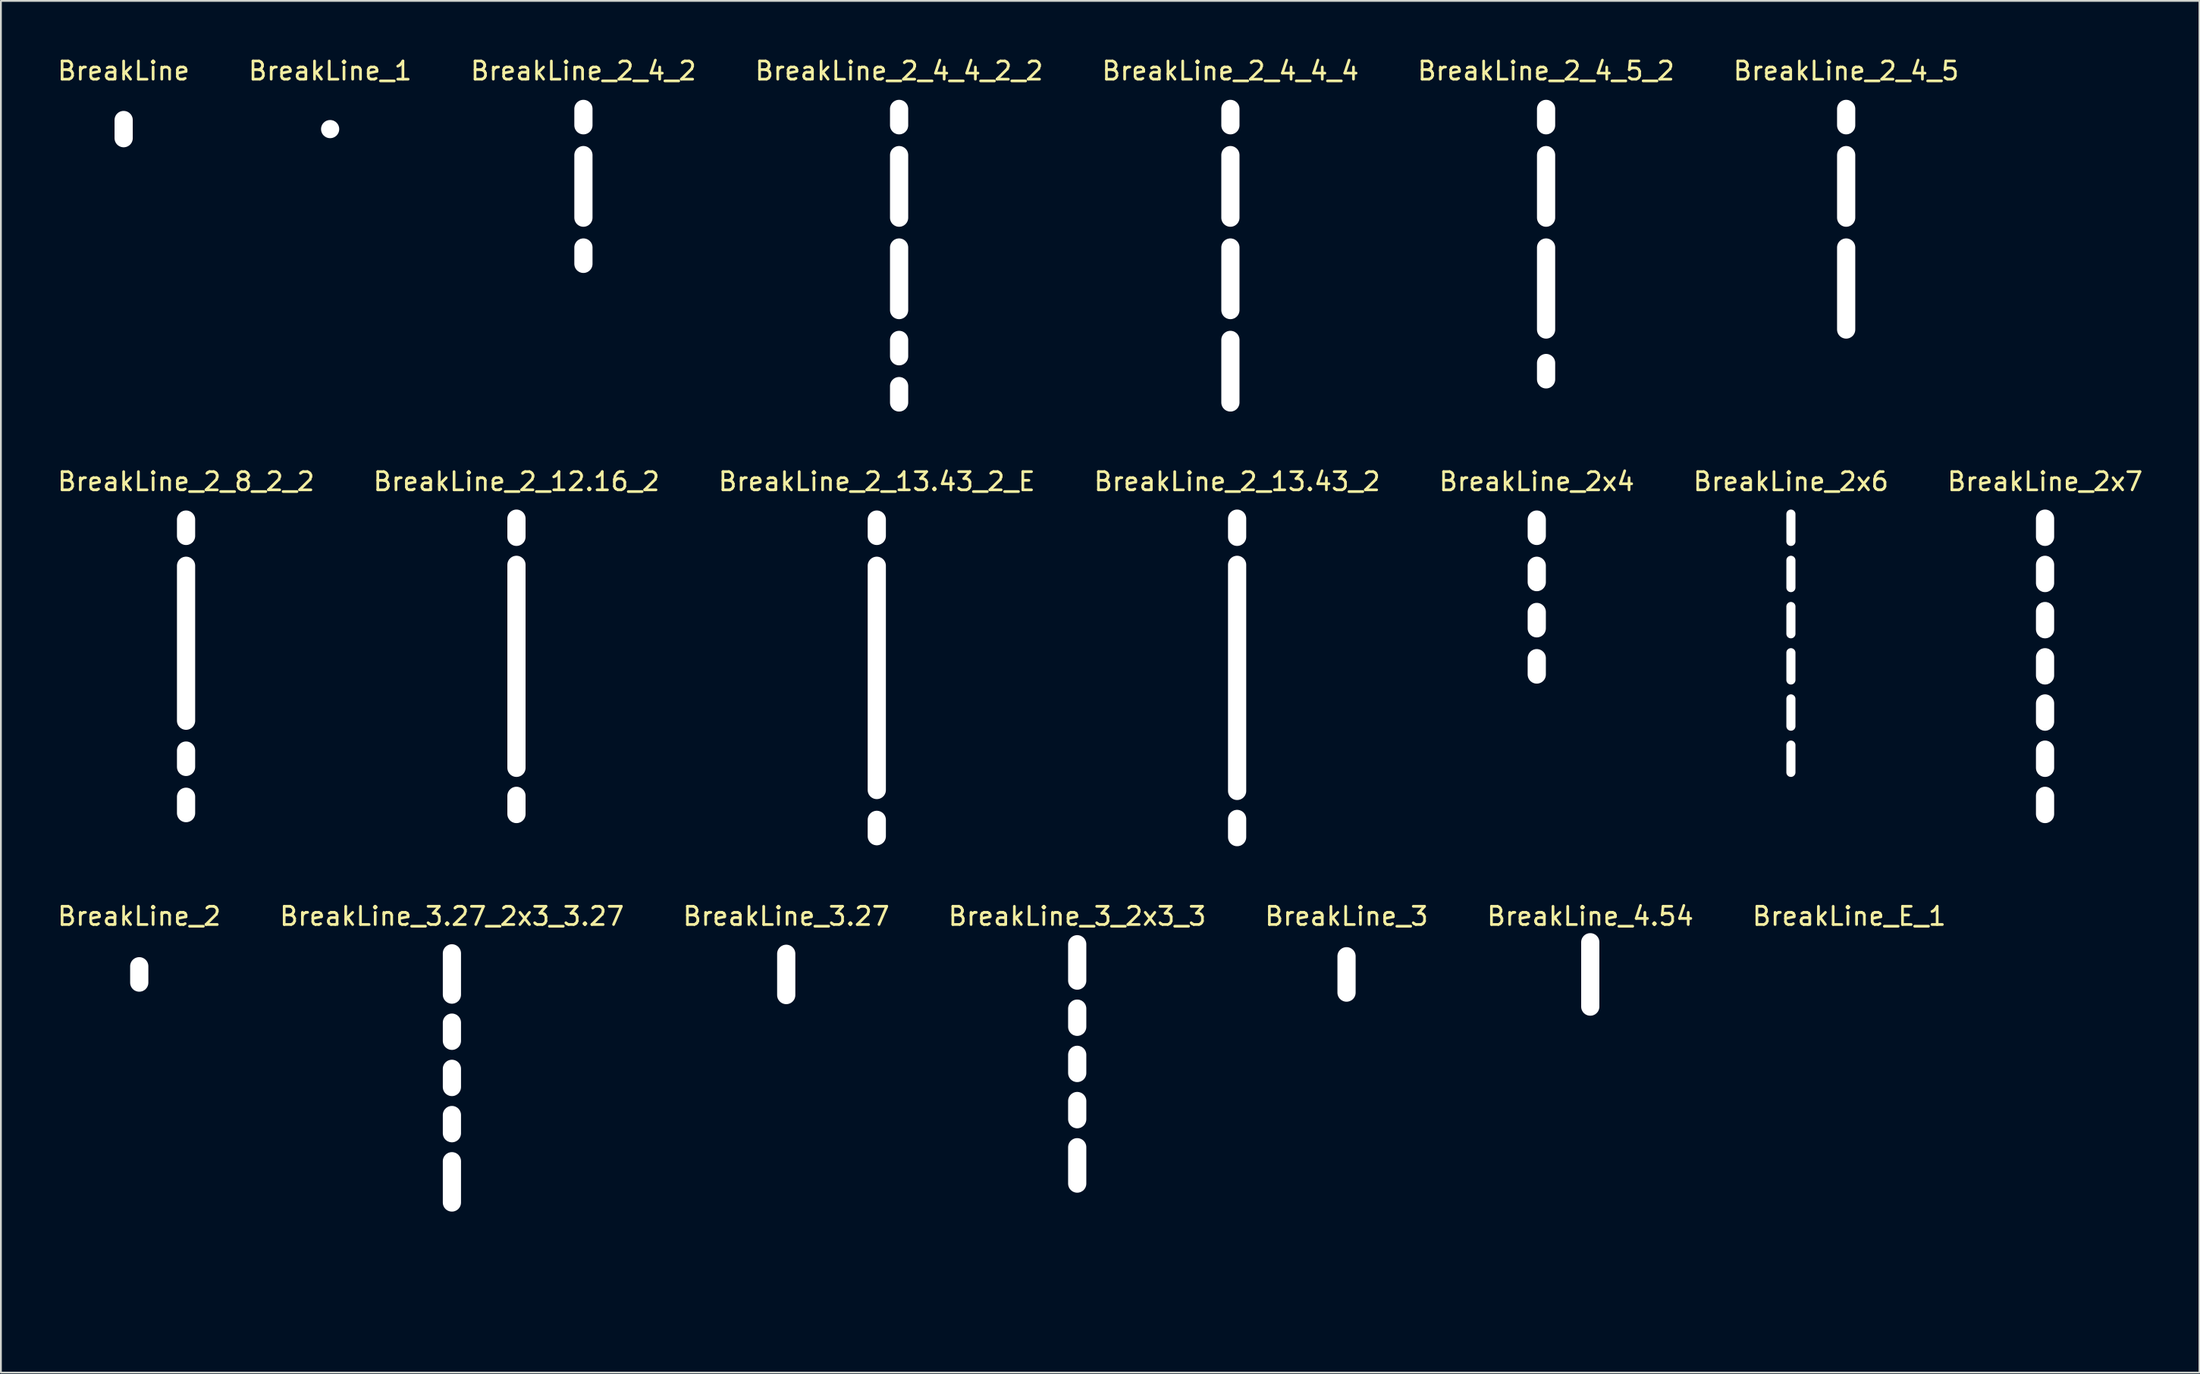
<source format=kicad_pcb>
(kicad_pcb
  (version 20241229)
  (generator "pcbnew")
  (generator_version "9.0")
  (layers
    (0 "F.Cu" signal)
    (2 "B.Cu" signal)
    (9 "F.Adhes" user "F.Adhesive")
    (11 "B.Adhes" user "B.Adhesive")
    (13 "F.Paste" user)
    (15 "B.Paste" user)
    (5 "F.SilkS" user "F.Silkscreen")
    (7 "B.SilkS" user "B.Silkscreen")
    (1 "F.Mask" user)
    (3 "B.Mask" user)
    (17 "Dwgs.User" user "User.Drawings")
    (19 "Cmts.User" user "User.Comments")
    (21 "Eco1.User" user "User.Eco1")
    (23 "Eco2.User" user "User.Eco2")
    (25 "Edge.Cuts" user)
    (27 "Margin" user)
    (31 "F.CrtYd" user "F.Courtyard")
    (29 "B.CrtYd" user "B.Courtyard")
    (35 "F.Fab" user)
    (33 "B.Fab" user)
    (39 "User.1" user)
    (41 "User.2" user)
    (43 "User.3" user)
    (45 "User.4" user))
  (footprint "BreakLine_2"
    (layer "F.Cu")
    (at 4.601 50.525)
    (property "Reference" "BreakLine_2" (at 0 -3.2 0) (layer "F.SilkS") (effects (font (size 1 1) (thickness 0.15))))
    (attr exclude_from_pos_files exclude_from_bom)
    (pad "" np_thru_hole oval (at 0 0) (size 1 1.9) (drill oval 1 1.9) (layers "*.Cu" "*.Mask")))
  (footprint "BreakLine_3.27"
    (layer "F.Cu")
    (at 40.149 50.525)
    (property "Reference" "BreakLine_3.27" (at 0 -3.2 0) (layer "F.SilkS") (effects (font (size 1 1) (thickness 0.15))))
    (attr exclude_from_pos_files exclude_from_bom)
    (pad "" np_thru_hole oval (at 0 0) (size 1 3.27) (drill oval 1 3.27) (layers "*.Cu" "*.Mask")))
  (footprint "BreakLine_2x7"
    (layer "F.Cu")
    (at 109.315 25.966)
    (property "Reference" "BreakLine_2x7" (at 0 -2.54 0) (layer "F.SilkS") (effects (font (size 1 1) (thickness 0.15))))
    (attr exclude_from_pos_files exclude_from_bom)
    (pad "" np_thru_hole oval (at 0 0) (size 1 2) (drill oval 1 2) (layers "*.Cu" "*.Mask"))
    (pad "" np_thru_hole oval (at 0 2.54) (size 1 2) (drill oval 1 2) (layers "*.Cu" "*.Mask"))
    (pad "" np_thru_hole oval (at 0 5.08) (size 1 2) (drill oval 1 2) (layers "*.Cu" "*.Mask"))
    (pad "" np_thru_hole oval (at 0 7.62) (size 1 2) (drill oval 1 2) (layers "*.Cu" "*.Mask"))
    (pad "" np_thru_hole oval (at 0 10.16) (size 1 2) (drill oval 1 2) (layers "*.Cu" "*.Mask"))
    (pad "" np_thru_hole oval (at 0 12.7) (size 1 2) (drill oval 1 2) (layers "*.Cu" "*.Mask"))
    (pad "" np_thru_hole oval (at 0 15.24) (size 1 2) (drill oval 1 2) (layers "*.Cu" "*.Mask")))
  (footprint "BreakLine_2_12.16_2"
    (layer "F.Cu")
    (at 25.327 25.966)
    (property "Reference" "BreakLine_2_12.16_2" (at 0 -2.54 0) (layer "F.SilkS") (effects (font (size 1 1) (thickness 0.15))))
    (attr exclude_from_pos_files exclude_from_bom)
    (pad "" np_thru_hole oval (at 0 0) (size 1 2) (drill oval 1 2) (layers "*.Cu" "*.Mask"))
    (pad "" np_thru_hole oval (at 0 7.62) (size 1 12.16) (drill oval 1 12.16) (layers "*.Cu" "*.Mask"))
    (pad "" np_thru_hole oval (at 0 15.24) (size 1 2) (drill oval 1 2) (layers "*.Cu" "*.Mask")))
  (footprint "BreakLine_3_2x3_3"
    (layer "F.Cu")
    (at 56.137 49.865)
    (property "Reference" "BreakLine_3_2x3_3" (at 0 -2.54 0) (layer "F.SilkS") (effects (font (size 1 1) (thickness 0.15))))
    (attr exclude_from_pos_files exclude_from_bom)
    (pad "" np_thru_hole oval (at 0 0) (size 1 3) (drill oval 1 3) (layers "*.Cu" "*.Mask"))
    (pad "" np_thru_hole oval (at 0 3.04) (size 1 2) (drill oval 1 2) (layers "*.Cu" "*.Mask"))
    (pad "" np_thru_hole oval (at 0 5.58) (size 1 2) (drill oval 1 2) (layers "*.Cu" "*.Mask"))
    (pad "" np_thru_hole oval (at 0 8.12) (size 1 2) (drill oval 1 2) (layers "*.Cu" "*.Mask"))
    (pad "" np_thru_hole oval (at 0 11.16) (size 1 3) (drill oval 1 3) (layers "*.Cu" "*.Mask")))
  (footprint "BreakLine_2_8_2_2"
    (layer "F.Cu")
    (at 7.173 25.966)
    (property "Reference" "BreakLine_2_8_2_2" (at 0 -2.54 0) (layer "F.SilkS") (effects (font (size 1 1) (thickness 0.15))))
    (attr exclude_from_pos_files exclude_from_bom)
    (pad "" np_thru_hole oval (at 0 0) (size 1 1.9) (drill oval 1 1.9) (layers "*.Cu" "*.Mask"))
    (pad "" np_thru_hole oval (at 0 6.35) (size 1 9.52) (drill oval 1 9.52) (layers "*.Cu" "*.Mask"))
    (pad "" np_thru_hole oval (at 0 12.7) (size 1 1.9) (drill oval 1 1.9) (layers "*.Cu" "*.Mask"))
    (pad "" np_thru_hole oval (at 0 15.24) (size 1 1.9) (drill oval 1 1.9) (layers "*.Cu" "*.Mask")))
  (footprint "BreakLine_2_4_4_2_2"
    (layer "F.Cu")
    (at 46.351 3.388)
    (property "Reference" "BreakLine_2_4_4_2_2" (at 0 -2.54 0) (layer "F.SilkS") (effects (font (size 1 1) (thickness 0.15))))
    (attr exclude_from_pos_files exclude_from_bom)
    (pad "" np_thru_hole oval (at 0 0) (size 1 1.9) (drill oval 1 1.9) (layers "*.Cu" "*.Mask"))
    (pad "" np_thru_hole oval (at 0 3.81) (size 1 4.44) (drill oval 1 4.44) (layers "*.Cu" "*.Mask"))
    (pad "" np_thru_hole oval (at 0 8.89) (size 1 4.44) (drill oval 1 4.44) (layers "*.Cu" "*.Mask"))
    (pad "" np_thru_hole oval (at 0 12.7) (size 1 1.9) (drill oval 1 1.9) (layers "*.Cu" "*.Mask"))
    (pad "" np_thru_hole oval (at 0 15.24) (size 1 1.9) (drill oval 1 1.9) (layers "*.Cu" "*.Mask")))
  (footprint "BreakLine_3.27_2x3_3.27"
    (layer "F.Cu")
    (at 21.78 53.675)
    (property "Reference" "BreakLine_3.27_2x3_3.27" (at 0 -6.35 0) (layer "F.SilkS") (effects (font (size 1 1) (thickness 0.15))))
    (attr exclude_from_pos_files exclude_from_bom)
    (pad "" np_thru_hole oval (at 0 -3.175) (size 1 3.27) (drill oval 1 3.27) (layers "*.Cu" "*.Mask"))
    (pad "" np_thru_hole oval (at 0 0) (size 1 2) (drill oval 1 2) (layers "*.Cu" "*.Mask"))
    (pad "" np_thru_hole oval (at 0 2.54) (size 1 2) (drill oval 1 2) (layers "*.Cu" "*.Mask"))
    (pad "" np_thru_hole oval (at 0 5.08) (size 1 2) (drill oval 1 2) (layers "*.Cu" "*.Mask"))
    (pad "" np_thru_hole oval (at 0 8.255) (size 1 3.27) (drill oval 1 3.27) (layers "*.Cu" "*.Mask")))
  (footprint "BreakLine_2x6"
    (layer "F.Cu")
    (at 95.351 25.966)
    (property "Reference" "BreakLine_2x6" (at 0 -2.54 0) (layer "F.SilkS") (effects (font (size 1 1) (thickness 0.15))))
    (attr exclude_from_pos_files exclude_from_bom)
    (pad "" np_thru_hole oval (at 0 0) (size 0.5 2) (drill oval 0.5 2) (layers "*.Cu" "*.Mask"))
    (pad "" np_thru_hole oval (at 0 2.54) (size 0.5 2) (drill oval 0.5 2) (layers "*.Cu" "*.Mask"))
    (pad "" np_thru_hole oval (at 0 5.08) (size 0.5 2) (drill oval 0.5 2) (layers "*.Cu" "*.Mask"))
    (pad "" np_thru_hole oval (at 0 7.62) (size 0.5 2) (drill oval 0.5 2) (layers "*.Cu" "*.Mask"))
    (pad "" np_thru_hole oval (at 0 10.16) (size 0.5 2) (drill oval 0.5 2) (layers "*.Cu" "*.Mask"))
    (pad "" np_thru_hole oval (at 0 12.7) (size 0.5 2) (drill oval 0.5 2) (layers "*.Cu" "*.Mask")))
  (footprint "BreakLine_E_1"
    (layer "F.Cu")
    (at 98.554 49.865)
    (property "Reference" "BreakLine_E_1" (at 0 -2.54 0) (layer "F.SilkS") (effects (font (size 1 1) (thickness 0.15))))
    (attr exclude_from_pos_files exclude_from_bom)
    (fp_line (start 0 0) (end 0 1.74) (stroke (width 1) (type solid)) (layer "Eco1.User"))
    (fp_line (start 0 3.34) (end 0 15.71) (stroke (width 1) (type solid)) (layer "Eco1.User"))
    (fp_line (start 0 17.31) (end 0 19.05) (stroke (width 1) (type solid)) (layer "Eco1.User")))
  (footprint "BreakLine_2_4_2"
    (layer "F.Cu")
    (at 29.006 3.388)
    (property "Reference" "BreakLine_2_4_2" (at 0 -2.54 0) (layer "F.SilkS") (effects (font (size 1 1) (thickness 0.15))))
    (attr exclude_from_pos_files exclude_from_bom)
    (pad "" np_thru_hole oval (at 0 0) (size 1 1.9) (drill oval 1 1.9) (layers "*.Cu" "*.Mask"))
    (pad "" np_thru_hole oval (at 0 3.81) (size 1 4.44) (drill oval 1 4.44) (layers "*.Cu" "*.Mask"))
    (pad "" np_thru_hole oval (at 0 7.62) (size 1 1.9) (drill oval 1 1.9) (layers "*.Cu" "*.Mask")))
  (footprint "BreakLine_2_4_5"
    (layer "F.Cu")
    (at 98.387 3.388)
    (property "Reference" "BreakLine_2_4_5" (at 0 -2.54 0) (layer "F.SilkS") (effects (font (size 1 1) (thickness 0.15))))
    (attr exclude_from_pos_files exclude_from_bom)
    (pad "" np_thru_hole oval (at 0 0) (size 1 1.9) (drill oval 1 1.9) (layers "*.Cu" "*.Mask"))
    (pad "" np_thru_hole oval (at 0 3.81) (size 1 4.44) (drill oval 1 4.44) (layers "*.Cu" "*.Mask"))
    (pad "" np_thru_hole oval (at 0 9.425) (size 1 5.51) (drill oval 1 5.51) (layers "*.Cu" "*.Mask")))
  (footprint "BreakLine"
    (layer "F.Cu")
    (at 3.744 4.048)
    (property "Reference" "BreakLine" (at 0 -3.2 0) (layer "F.SilkS") (effects (font (size 1 1) (thickness 0.15))))
    (attr exclude_from_pos_files exclude_from_bom)
    (pad "" np_thru_hole oval (at 0 0) (size 1 2) (drill oval 1 2) (layers "*.Cu" "*.Mask")))
  (footprint "BreakLine_1"
    (layer "F.Cu")
    (at 15.089 4.048)
    (property "Reference" "BreakLine_1" (at 0 -3.2 0) (layer "F.SilkS") (effects (font (size 1 1) (thickness 0.15))))
    (attr exclude_from_pos_files exclude_from_bom)
    (pad "" np_thru_hole oval (at 0 0) (size 1 1) (drill oval 1) (layers "*.Cu" "*.Mask")))
  (footprint "BreakLine_2_13.43_2"
    (layer "F.Cu")
    (at 64.923 25.966)
    (property "Reference" "BreakLine_2_13.43_2" (at 0 -2.54 0) (layer "F.SilkS") (effects (font (size 1 1) (thickness 0.15))))
    (attr exclude_from_pos_files exclude_from_bom)
    (pad "" np_thru_hole oval (at 0 0) (size 1 2) (drill oval 1 2) (layers "*.Cu" "*.Mask"))
    (pad "" np_thru_hole oval (at 0 8.255) (size 1 13.43) (drill oval 1 13.43) (layers "*.Cu" "*.Mask"))
    (pad "" np_thru_hole oval (at 0 16.51) (size 1 2) (drill oval 1 2) (layers "*.Cu" "*.Mask")))
  (footprint "BreakLine_4.54"
    (layer "F.Cu")
    (at 84.327 50.525)
    (property "Reference" "BreakLine_4.54" (at 0 -3.2 0) (layer "F.SilkS") (effects (font (size 1 1) (thickness 0.15))))
    (attr exclude_from_pos_files exclude_from_bom)
    (pad "" np_thru_hole oval (at 0 0) (size 1 4.54) (drill oval 1 4.54) (layers "*.Cu" "*.Mask")))
  (footprint "BreakLine_2_4_5_2"
    (layer "F.Cu")
    (at 81.899 3.388)
    (property "Reference" "BreakLine_2_4_5_2" (at 0 -2.54 0) (layer "F.SilkS") (effects (font (size 1 1) (thickness 0.15))))
    (attr exclude_from_pos_files exclude_from_bom)
    (pad "" np_thru_hole oval (at 0 0) (size 1 1.9) (drill oval 1 1.9) (layers "*.Cu" "*.Mask"))
    (pad "" np_thru_hole oval (at 0 3.81) (size 1 4.44) (drill oval 1 4.44) (layers "*.Cu" "*.Mask"))
    (pad "" np_thru_hole oval (at 0 9.425) (size 1 5.51) (drill oval 1 5.51) (layers "*.Cu" "*.Mask"))
    (pad "" np_thru_hole oval (at 0 13.97) (size 1 1.9) (drill oval 1 1.9) (layers "*.Cu" "*.Mask")))
  (footprint "BreakLine_2x4"
    (layer "F.Cu")
    (at 81.387 25.966)
    (property "Reference" "BreakLine_2x4" (at 0 -2.54 0) (layer "F.SilkS") (effects (font (size 1 1) (thickness 0.15))))
    (attr exclude_from_pos_files exclude_from_bom)
    (pad "" np_thru_hole oval (at 0 0) (size 1 1.9) (drill oval 1 1.9) (layers "*.Cu" "*.Mask"))
    (pad "" np_thru_hole oval (at 0 2.54) (size 1 1.9) (drill oval 1 1.9) (layers "*.Cu" "*.Mask"))
    (pad "" np_thru_hole oval (at 0 5.08) (size 1 1.9) (drill oval 1 1.9) (layers "*.Cu" "*.Mask"))
    (pad "" np_thru_hole oval (at 0 7.62) (size 1 1.9) (drill oval 1 1.9) (layers "*.Cu" "*.Mask")))
  (footprint "BreakLine_3"
    (layer "F.Cu")
    (at 70.935 50.525)
    (property "Reference" "BreakLine_3" (at 0 -3.2 0) (layer "F.SilkS") (effects (font (size 1 1) (thickness 0.15))))
    (attr exclude_from_pos_files exclude_from_bom)
    (pad "" np_thru_hole oval (at 0 0) (size 1 3) (drill oval 1 3) (layers "*.Cu" "*.Mask")))
  (footprint "BreakLine_2_4_4_4"
    (layer "F.Cu")
    (at 64.554 3.388)
    (property "Reference" "BreakLine_2_4_4_4" (at 0 -2.54 0) (layer "F.SilkS") (effects (font (size 1 1) (thickness 0.15))))
    (attr exclude_from_pos_files exclude_from_bom)
    (pad "" np_thru_hole oval (at 0 0) (size 1 1.9) (drill oval 1 1.9) (layers "*.Cu" "*.Mask"))
    (pad "" np_thru_hole oval (at 0 3.81) (size 1 4.44) (drill oval 1 4.44) (layers "*.Cu" "*.Mask"))
    (pad "" np_thru_hole oval (at 0 8.89) (size 1 4.44) (drill oval 1 4.44) (layers "*.Cu" "*.Mask"))
    (pad "" np_thru_hole oval (at 0 13.97) (size 1 4.44) (drill oval 1 4.44) (layers "*.Cu" "*.Mask")))
  (footprint "BreakLine_2_13.43_2_E"
    (layer "F.Cu")
    (at 45.125 25.966)
    (property "Reference" "BreakLine_2_13.43_2_E" (at 0 -2.54 0) (layer "F.SilkS") (effects (font (size 1 1) (thickness 0.15))))
    (attr exclude_from_pos_files exclude_from_bom)
    (pad "" np_thru_hole oval (at 0 0) (size 1 1.9) (drill oval 1 1.9) (layers "*.Cu" "Eco1.User"))
    (pad "" np_thru_hole oval (at 0 8.255) (size 1 13.33) (drill oval 1 13.33) (layers "*.Cu" "Eco1.User"))
    (pad "" np_thru_hole oval (at 0 16.51) (size 1 1.9) (drill oval 1 1.9) (layers "*.Cu" "Eco1.User")))
  (gr_rect
    (start -3 -3)
    (end 117.798 72.415)
    (stroke (width 0.1) (type default))
    (fill no)
    (layer "Edge.Cuts")))
</source>
